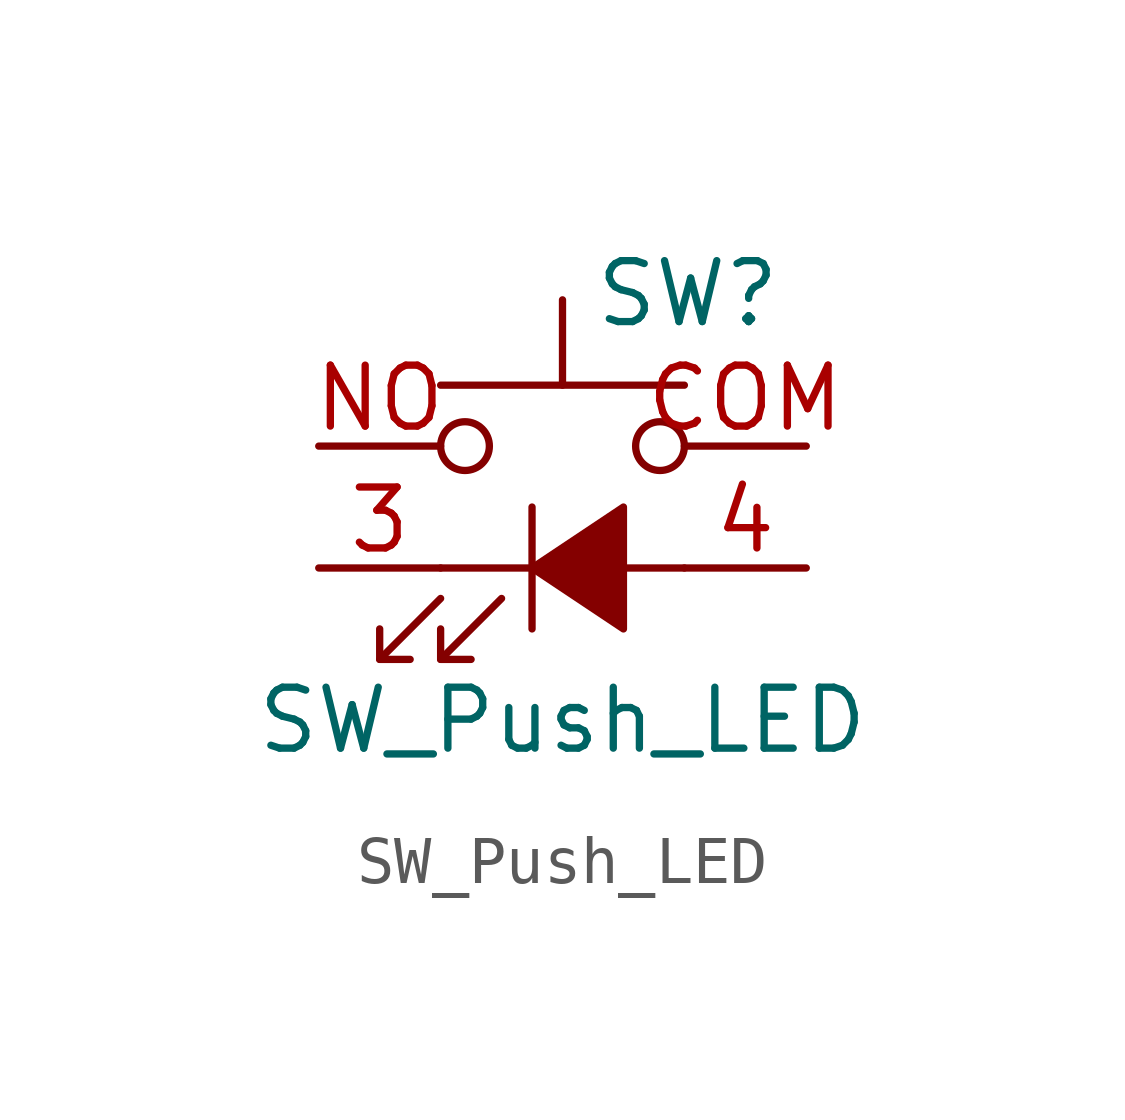
<source format=kicad_sym>
(kicad_symbol_lib
  (version 20220914)
  (generator kicad_symbol_editor)
  (symbol "SW_Push_LED"
    (pin_names
      (offset 1.016) hide)
    (property "Reference" "SW"
      (at 0.635 5.715 0)
      (effects (font (size 1.27 1.27)) (justify left)))
    (property "Value" "SW_Push_LED"
      (at 0 -3.175 0)
      (effects (font (size 1.27 1.27))))
    (symbol "SW_Push_LED_0_0"
      (polyline (pts (xy -3.81 -1.905) (xy -2.54 -0.635)) (stroke (width 0) (type default)) (fill (type none)))
      (polyline (pts (xy -2.54 -1.905) (xy -1.27 -0.635)) (stroke (width 0) (type default)) (fill (type none)))
      (polyline (pts (xy -2.54 0) (xy 2.54 0)) (stroke (width 0) (type default)) (fill (type none)))
      (polyline (pts (xy -0.635 1.27) (xy -0.635 -1.27)) (stroke (width 0) (type default)) (fill (type none)))
      (polyline (pts (xy -3.81 -1.27) (xy -3.81 -1.905) (xy -3.175 -1.905)) (stroke (width 0) (type default)) (fill (type none)))
      (polyline (pts (xy -2.54 -1.27) (xy -2.54 -1.905) (xy -1.905 -1.905)) (stroke (width 0) (type default)) (fill (type none)))
      (polyline (pts (xy -0.635 0) (xy 1.27 1.27) (xy 1.27 -1.27) (xy -0.635 0)) (stroke (width 0) (type default)) (fill (type outline))))
    (symbol "SW_Push_LED_0_1"
      (circle (center -2.032 2.54) (radius 0.508) (stroke (width 0) (type default)) (fill (type none)))
      (polyline (pts (xy 0 3.81) (xy 0 5.588)) (stroke (width 0) (type default)) (fill (type none)))
      (polyline (pts (xy 2.54 3.81) (xy -2.54 3.81)) (stroke (width 0) (type default)) (fill (type none)))
      (circle (center 2.032 2.54) (radius 0.508) (stroke (width 0) (type default)) (fill (type none)))
      (pin passive line (at -5.08 0 0) (length 2.54) (name "K" (effects (font (size 1.27 1.27)))) (number "3" (effects (font (size 1.27 1.27)))))
      (pin passive line (at 5.08 0 180) (length 2.54) (name "A" (effects (font (size 1.27 1.27)))) (number "4" (effects (font (size 1.27 1.27)))))
      (pin passive line (at 5.08 2.54 180) (length 2.54) (name "COM" (effects (font (size 1.27 1.27)))) (number "COM" (effects (font (size 1.27 1.27)))))
      (pin passive line (at -5.08 2.54 0) (length 2.54) (name "NO" (effects (font (size 1.27 1.27)))) (number "NO" (effects (font (size 1.27 1.27))))))))
</source>
